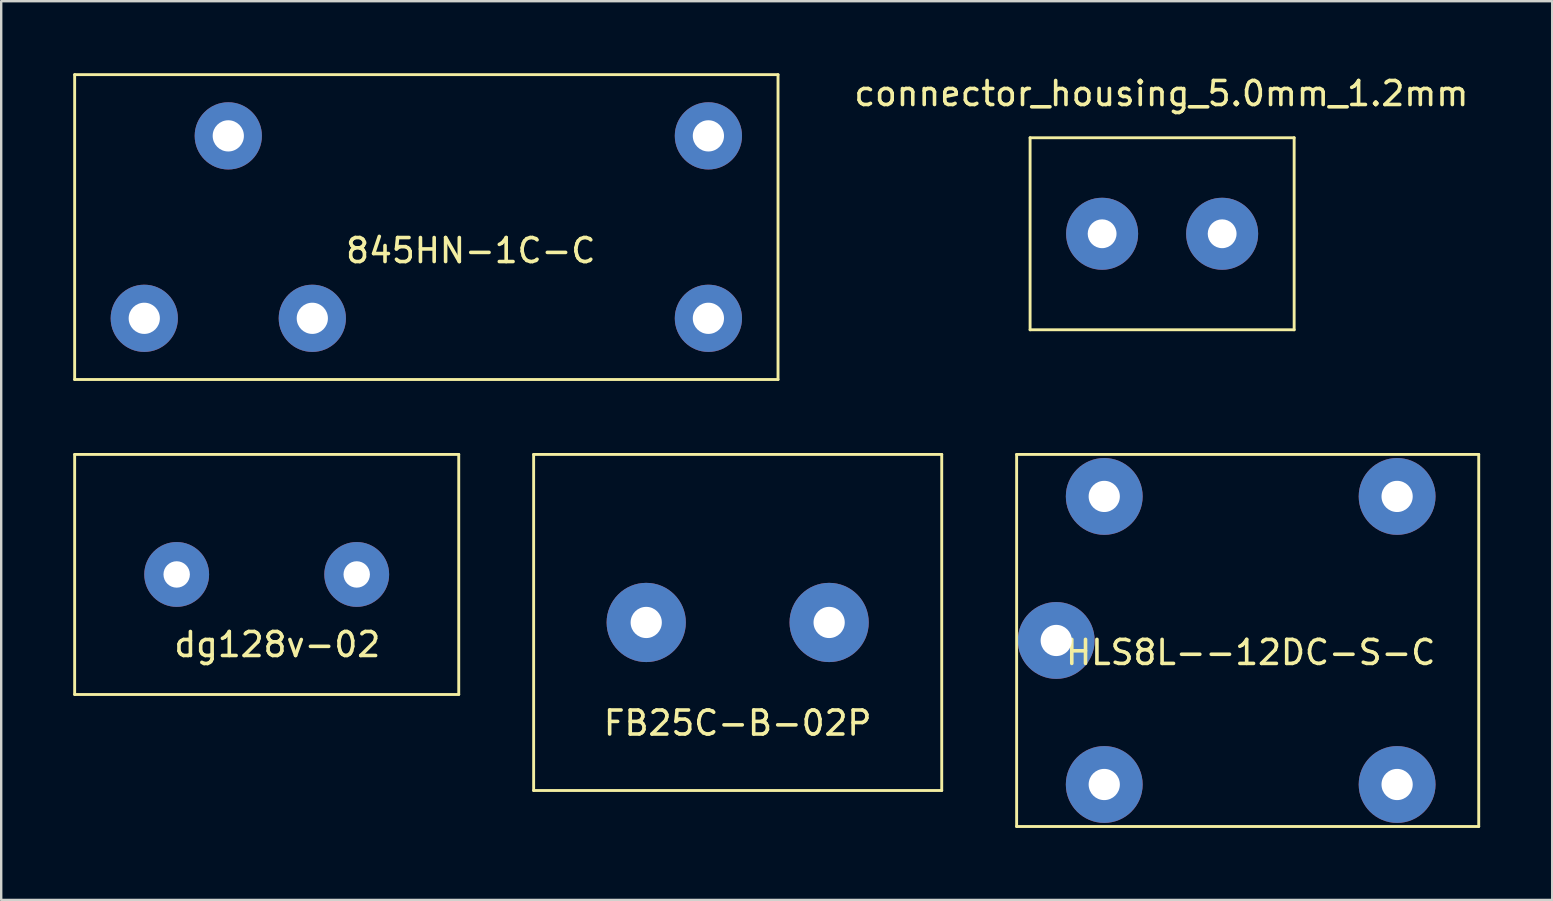
<source format=kicad_pcb>
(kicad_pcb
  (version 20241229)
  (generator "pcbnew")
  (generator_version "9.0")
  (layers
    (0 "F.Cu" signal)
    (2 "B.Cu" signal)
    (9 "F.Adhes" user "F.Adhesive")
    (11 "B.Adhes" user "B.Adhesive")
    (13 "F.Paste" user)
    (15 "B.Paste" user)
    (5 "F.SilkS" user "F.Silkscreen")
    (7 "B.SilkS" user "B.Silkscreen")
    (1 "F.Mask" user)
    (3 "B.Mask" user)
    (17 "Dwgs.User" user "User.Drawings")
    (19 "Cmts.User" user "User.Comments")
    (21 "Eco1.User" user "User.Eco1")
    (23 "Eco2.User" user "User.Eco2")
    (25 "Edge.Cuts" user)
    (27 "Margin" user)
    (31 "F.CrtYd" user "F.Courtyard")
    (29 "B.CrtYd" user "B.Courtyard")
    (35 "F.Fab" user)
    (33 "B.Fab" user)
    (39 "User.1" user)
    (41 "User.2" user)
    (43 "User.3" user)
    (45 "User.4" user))
  (footprint "connector_housing_5.0mm_1.2mm"
    (layer "F.Cu")
    (at 45.361 6.688)
    (property "Reference" "connector_housing_5.0mm_1.2mm" (at -0.03 -5.84 0) (layer "F.SilkS") (effects (font (size 1 1) (thickness 0.15))))
    (attr through_hole)
    (fp_line (start -5.5 -4) (end -5.5 4) (stroke (width 0.12) (type solid)) (layer "F.SilkS"))
    (fp_line (start -5.5 -4) (end 5.5 -4) (stroke (width 0.12) (type solid)) (layer "F.SilkS"))
    (fp_line (start -5.5 4) (end 5.5 4) (stroke (width 0.12) (type solid)) (layer "F.SilkS"))
    (fp_line (start 5.5 4) (end 5.5 -4) (stroke (width 0.12) (type solid)) (layer "F.SilkS"))
    (pad "1" thru_hole circle (at -2.5 0) (size 3 3) (drill 1.2) (layers "*.Cu" "*.Mask"))
    (pad "2" thru_hole circle (at 2.5 0) (size 3 3) (drill 1.2) (layers "*.Cu" "*.Mask")))
  (footprint "FB25C-B-02P"
    (layer "F.Cu")
    (at 27.68 22.88)
    (property "Reference" "FB25C-B-02P" (at 0 4.191 0) (layer "F.SilkS") (effects (font (size 1 1) (thickness 0.15))))
    (attr through_hole)
    (fp_line (start -8.5 -7) (end -8.5 7) (stroke (width 0.12) (type solid)) (layer "F.SilkS"))
    (fp_line (start -8.5 -7) (end 8.5 -7) (stroke (width 0.12) (type solid)) (layer "F.SilkS"))
    (fp_line (start -8.5 7) (end 8.5 7) (stroke (width 0.12) (type solid)) (layer "F.SilkS"))
    (fp_line (start 8.5 -7) (end 8.5 7) (stroke (width 0.12) (type solid)) (layer "F.SilkS"))
    (pad "1" thru_hole circle (at -3.81 0) (size 3.3 3.3) (drill 1.3) (layers "*.Cu" "*.Mask"))
    (pad "2" thru_hole circle (at 3.81 0) (size 3.3 3.3) (drill 1.3) (layers "*.Cu" "*.Mask")))
  (footprint "845HN-1C-C"
    (layer "F.Cu")
    (at 26.46 6.41)
    (property "Reference" "845HN-1C-C" (at -9.9 0.98 0) (layer "F.SilkS") (effects (font (size 1 1) (thickness 0.15))))
    (attr through_hole)
    (fp_line (start -26.4 -6.35) (end -26.4 6.35) (stroke (width 0.12) (type solid)) (layer "F.SilkS"))
    (fp_line (start -26.4 6.35) (end 2.9 6.35) (stroke (width 0.12) (type solid)) (layer "F.SilkS"))
    (fp_line (start 2.9 -6.35) (end -26.4 -6.35) (stroke (width 0.12) (type solid)) (layer "F.SilkS"))
    (fp_line (start 2.9 -6.35) (end 2.9 6.35) (stroke (width 0.12) (type solid)) (layer "F.SilkS"))
    (pad "1" thru_hole circle (at -16.5 3.8) (size 2.8 2.8) (drill 1.3) (layers "*.Cu" "*.Mask"))
    (pad "2" thru_hole circle (at 0 3.8) (size 2.8 2.8) (drill 1.3) (layers "*.Cu" "*.Mask"))
    (pad "6" thru_hole circle (at 0 -3.8) (size 2.8 2.8) (drill 1.3) (layers "*.Cu" "*.Mask"))
    (pad "7" thru_hole circle (at -20 -3.8) (size 2.8 2.8) (drill 1.3) (layers "*.Cu" "*.Mask"))
    (pad "14" thru_hole circle (at -23.5 3.8) (size 2.8 2.8) (drill 1.3) (layers "*.Cu" "*.Mask")))
  (footprint "HLS8L--12DC-S-C"
    (layer "F.Cu")
    (at 49.05 23.63)
    (property "Reference" "HLS8L--12DC-S-C" (at 0 0.5 0) (layer "F.SilkS") (effects (font (size 1 1) (thickness 0.15))))
    (attr through_hole)
    (fp_line (start -9.75 -7.75) (end -9.75 7.75) (stroke (width 0.12) (type solid)) (layer "F.SilkS"))
    (fp_line (start -9.75 -7.75) (end 9.5 -7.75) (stroke (width 0.12) (type solid)) (layer "F.SilkS"))
    (fp_line (start -9.75 7.75) (end 9.5 7.75) (stroke (width 0.12) (type solid)) (layer "F.SilkS"))
    (fp_line (start 9.5 -7.75) (end 9.5 7.75) (stroke (width 0.12) (type solid)) (layer "F.SilkS"))
    (pad "1" thru_hole circle (at 6.1 6) (size 3.2 3.2) (drill 1.3) (layers "*.Cu" "*.Mask"))
    (pad "2" thru_hole circle (at -6.1 6) (size 3.2 3.2) (drill 1.3) (layers "*.Cu" "*.Mask"))
    (pad "6" thru_hole circle (at -6.1 -6) (size 3.2 3.2) (drill 1.3) (layers "*.Cu" "*.Mask"))
    (pad "7" thru_hole circle (at -8.1 0) (size 3.2 3.2) (drill 1.3) (layers "*.Cu" "*.Mask"))
    (pad "14" thru_hole circle (at 6.1 -6) (size 3.2 3.2) (drill 1.3) (layers "*.Cu" "*.Mask")))
  (footprint "dg128v-02"
    (layer "F.Cu")
    (at 4.31 20.88)
    (property "Reference" "dg128v-02" (at 4.191 2.921 0) (layer "F.SilkS") (effects (font (size 1 1) (thickness 0.15))))
    (attr through_hole)
    (fp_line (start -4.25 -5) (end -4.25 5) (stroke (width 0.12) (type solid)) (layer "F.SilkS"))
    (fp_line (start -4.25 -5) (end 11.75 -5) (stroke (width 0.12) (type solid)) (layer "F.SilkS"))
    (fp_line (start -4.25 5) (end 11.75 5) (stroke (width 0.12) (type solid)) (layer "F.SilkS"))
    (fp_line (start 11.75 -5) (end 11.75 5) (stroke (width 0.12) (type solid)) (layer "F.SilkS"))
    (pad "1" thru_hole circle (at 0 0) (size 2.7 2.7) (drill 1.1) (layers "*.Cu" "*.Mask"))
    (pad "2" thru_hole circle (at 7.5 0) (size 2.7 2.7) (drill 1.1) (layers "*.Cu" "*.Mask")))
  (gr_rect
    (start -3 -3)
    (end 61.61 34.44)
    (stroke (width 0.1) (type default))
    (fill no)
    (layer "Edge.Cuts")))
</source>
